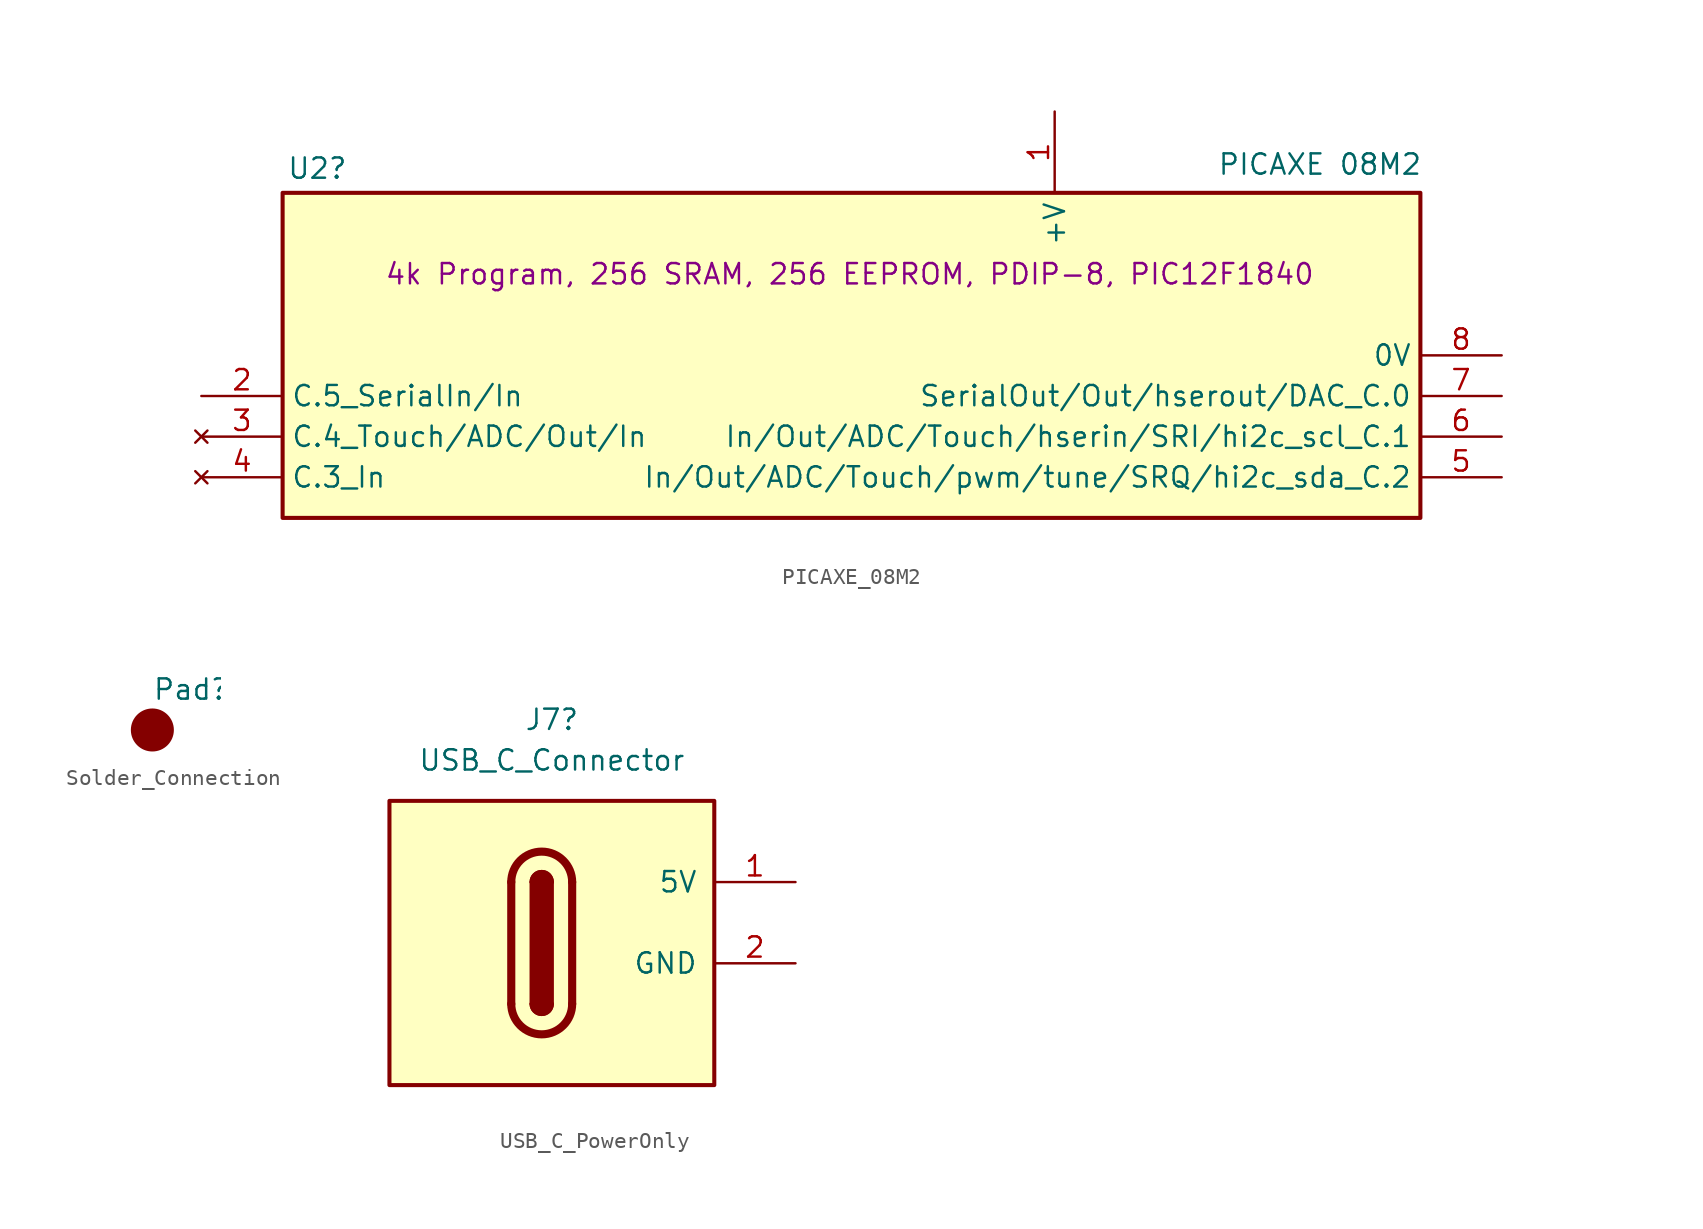
<source format=kicad_sym>
(kicad_symbol_lib
  (version 20231120)
  (generator "kicad_symbol_editor")
  (generator_version "8.0")
  (symbol "PICAXE_08M2"
    (property "Reference" "U2"
      (at -35.306 11.684 0)
      (effects (font (size 1.27 1.27)) (justify left)))
    (property "Value" "PICAXE 08M2"
      (at 22.86 11.938 0)
      (effects (font (size 1.27 1.27)) (justify left)))
    (property "Description" "4k Program, 256 SRAM, 256 EEPROM, PDIP-8, PIC12F1840"
      (at -29.21 5.08 0)
      (effects (font (size 1.27 1.27)) (justify left)))
    (symbol "PICAXE_08M2_0_1"
      (rectangle (start -35.56 10.16) (end 35.56 -10.16) (stroke (width 0.254) (type default)) (fill (type background))))
    (symbol "PICAXE_08M2_1_1"
      (pin power_in line (at 12.7 15.24 270) (length 5.08) (name "+V" (effects (font (size 1.27 1.27)))) (number "1" (effects (font (size 1.27 1.27)))))
      (pin bidirectional line (at -40.64 -2.54 0) (length 5.08) (name "C.5_SerialIn/In" (effects (font (size 1.27 1.27)))) (number "2" (effects (font (size 1.27 1.27)))))
      (pin no_connect line (at -40.64 -5.08 0) (length 5.08) (name "C.4_Touch/ADC/Out/In" (effects (font (size 1.27 1.27)))) (number "3" (effects (font (size 1.27 1.27)))))
      (pin no_connect line (at -40.64 -7.62 0) (length 5.08) (name "C.3_In" (effects (font (size 1.27 1.27)))) (number "4" (effects (font (size 1.27 1.27)))))
      (pin bidirectional line (at 40.64 -7.62 180) (length 5.08) (name "In/Out/ADC/Touch/pwm/tune/SRQ/hi2c_sda_C.2" (effects (font (size 1.27 1.27)))) (number "5" (effects (font (size 1.27 1.27)))))
      (pin bidirectional line (at 40.64 -5.08 180) (length 5.08) (name "In/Out/ADC/Touch/hserin/SRI/hi2c_scl_C.1" (effects (font (size 1.27 1.27)))) (number "6" (effects (font (size 1.27 1.27)))))
      (pin bidirectional line (at 40.64 -2.54 180) (length 5.08) (name "SerialOut/Out/hserout/DAC_C.0" (effects (font (size 1.27 1.27)))) (number "7" (effects (font (size 1.27 1.27)))))
      (pin power_in line (at 40.64 0 180) (length 5.08) (name "0V" (effects (font (size 1.27 1.27)))) (number "8" (effects (font (size 1.27 1.27)))))))
  (symbol "Solder_Connection"
    (pin_numbers hide)
    (pin_names
      (offset 0) hide)
    (property "Reference" "Pad"
      (at 0 2.54 0)
      (effects (font (size 1.27 1.27)) (justify left)))
    (property "Value" ""
      (at 2.54 -1.27 0)
      (effects (font (size 1.27 1.27)) (justify left)))
    (symbol "Solder_Connection_0_1"
      (circle (center 0 0) (radius 1.27) (stroke (width 0) (type default)) (fill (type outline))))
    (symbol "Solder_Connection_1_1"
      (pin passive line (at 0 0 0) (length 0) (name "1" (effects (font (size 1.27 1.27)))) (number "1" (effects (font (size 1.27 1.27)))))))
  (symbol "USB_C_PowerOnly"
    (pin_names
      (offset 1.016))
    (property "Reference" "J7"
      (at 0 17.78 0)
      (effects (font (size 1.27 1.27))))
    (property "Value" "USB_C_Connector"
      (at 0 15.24 0)
      (effects (font (size 1.27 1.27))))
    (symbol "USB_C_PowerOnly_0_1"
      (rectangle (start -10.16 12.7) (end 10.16 -5.08) (stroke (width 0.254) (type default)) (fill (type background)))
      (arc (start -2.54 0) (mid -0.635 -1.8967) (end 1.27 0) (stroke (width 0.508) (type default)) (fill (type none)))
      (arc (start -1.27 0) (mid -0.635 -0.6323) (end 0 0) (stroke (width 0.254) (type default)) (fill (type none)))
      (arc (start -1.27 0) (mid -0.635 -0.6323) (end 0 0) (stroke (width 0.254) (type default)) (fill (type outline)))
      (rectangle (start -1.27 7.62) (end 0 0) (stroke (width 0.254) (type default)) (fill (type outline)))
      (polyline (pts (xy -2.54 0) (xy -2.54 7.62)) (stroke (width 0.508) (type default)) (fill (type none)))
      (polyline (pts (xy 1.27 7.62) (xy 1.27 0)) (stroke (width 0.508) (type default)) (fill (type none)))
      (arc (start 0 7.62) (mid -0.635 8.2523) (end -1.27 7.62) (stroke (width 0.254) (type default)) (fill (type none)))
      (arc (start 0 7.62) (mid -0.635 8.2523) (end -1.27 7.62) (stroke (width 0.254) (type default)) (fill (type outline)))
      (arc (start 1.27 7.62) (mid -0.635 9.5167) (end -2.54 7.62) (stroke (width 0.508) (type default)) (fill (type none))))
    (symbol "USB_C_PowerOnly_1_1"
      (pin passive line (at 15.24 7.62 180) (length 5.08) (name "5V" (effects (font (size 1.27 1.27)))) (number "1" (effects (font (size 1.27 1.27)))))
      (pin passive line (at 15.24 2.54 180) (length 5.08) (name "GND" (effects (font (size 1.27 1.27)))) (number "2" (effects (font (size 1.27 1.27))))))))
</source>
